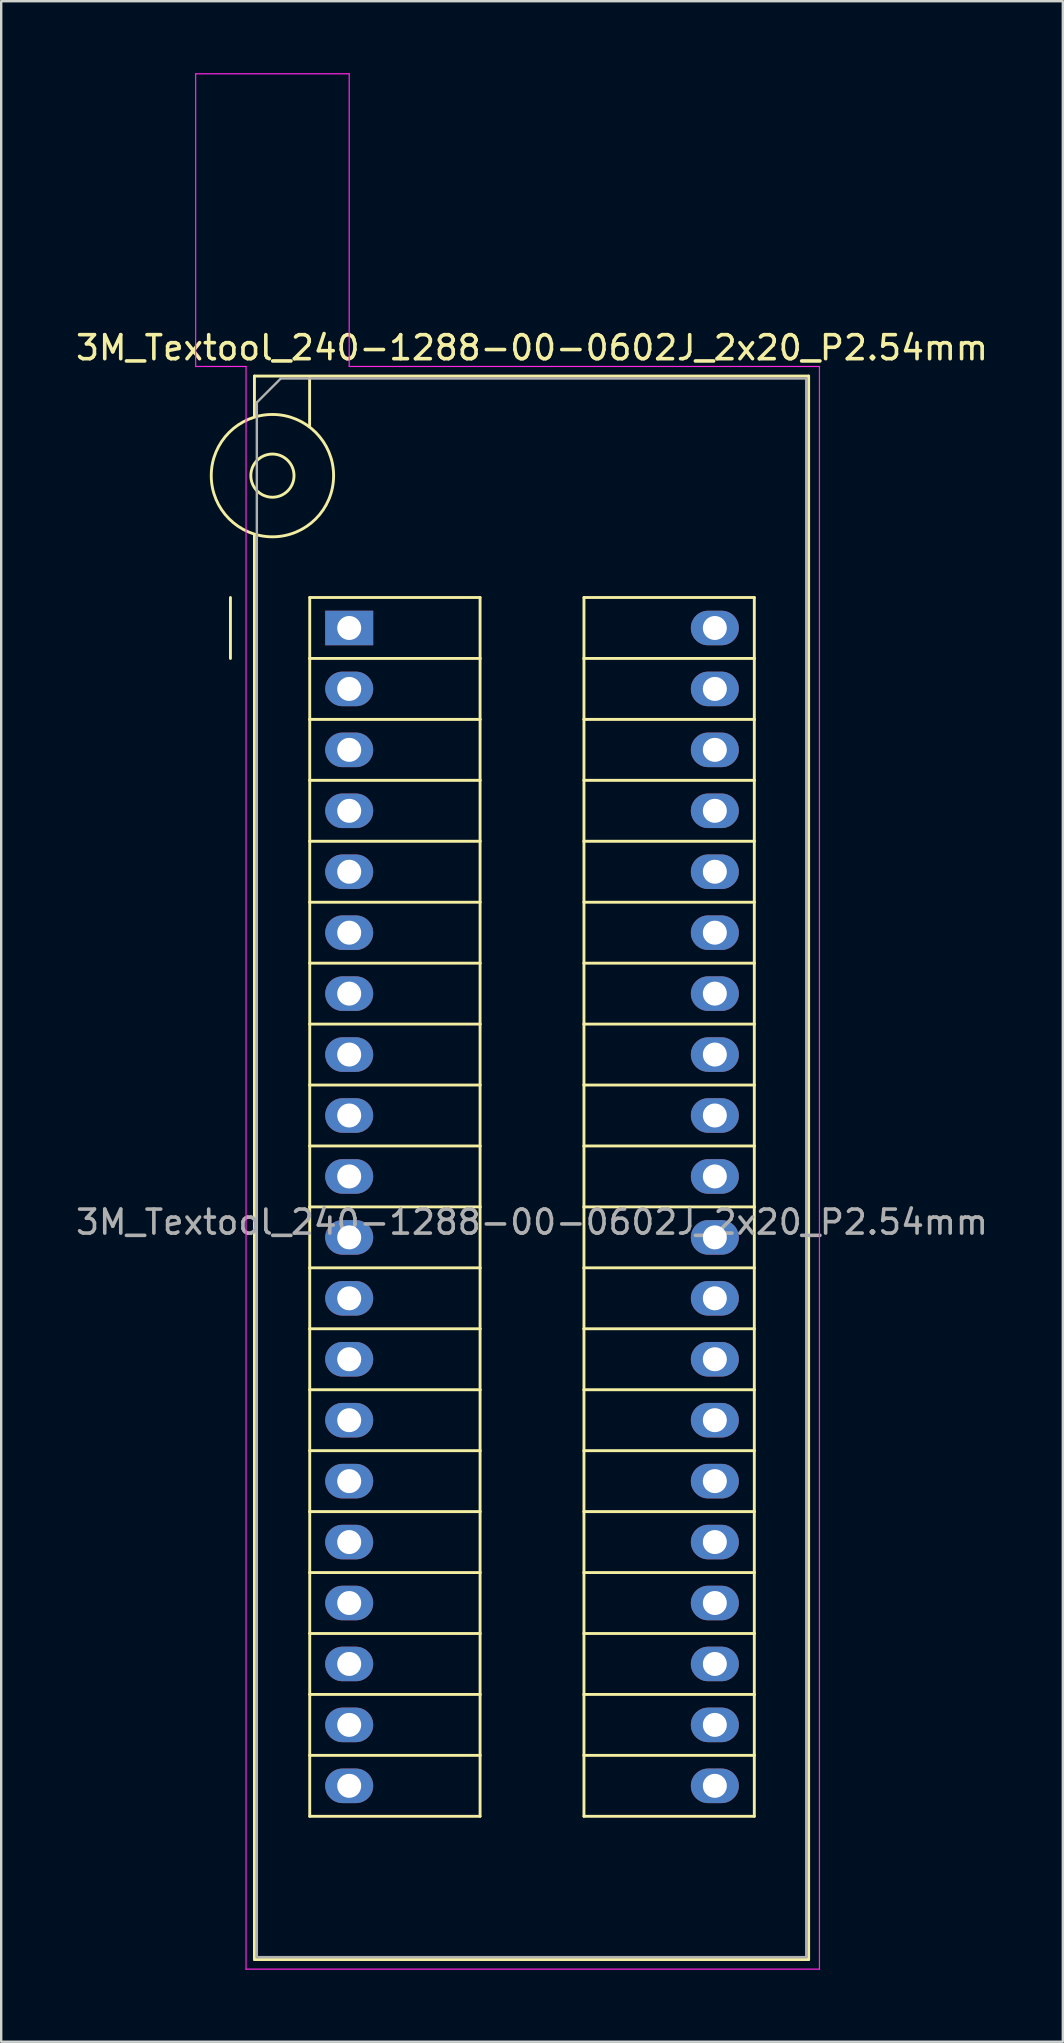
<source format=kicad_pcb>
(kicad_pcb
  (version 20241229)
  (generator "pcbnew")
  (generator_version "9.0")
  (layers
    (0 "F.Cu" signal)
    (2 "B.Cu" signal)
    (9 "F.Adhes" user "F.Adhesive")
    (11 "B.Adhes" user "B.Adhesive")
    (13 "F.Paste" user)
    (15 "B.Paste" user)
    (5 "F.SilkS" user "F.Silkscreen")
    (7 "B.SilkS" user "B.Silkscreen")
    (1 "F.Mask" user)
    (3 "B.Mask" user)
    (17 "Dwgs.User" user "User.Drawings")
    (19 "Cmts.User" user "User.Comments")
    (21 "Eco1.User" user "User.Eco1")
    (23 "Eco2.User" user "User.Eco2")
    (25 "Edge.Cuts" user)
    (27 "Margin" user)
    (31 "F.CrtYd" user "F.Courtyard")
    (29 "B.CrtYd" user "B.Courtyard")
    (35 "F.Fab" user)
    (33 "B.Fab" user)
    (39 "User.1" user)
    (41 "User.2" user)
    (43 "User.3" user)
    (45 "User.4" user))
  (footprint "3M_Textool_240-1288-00-0602J_2x20_P2.54mm"
    (layer "F.Cu")
    (at 11.505 23.125)
    (property "Reference" "3M_Textool_240-1288-00-0602J_2x20_P2.54mm" (at 7.62 -11.68 0) (layer "F.SilkS") (effects (font (size 1 1) (thickness 0.15))))
    (attr through_hole)
    (fp_line (start -4.95 1.27) (end -4.95 -1.27) (stroke (width 0.12) (type solid)) (layer "F.SilkS"))
    (fp_line (start -3.95 -10.5) (end -3.95 -8.8) (stroke (width 0.12) (type solid)) (layer "F.SilkS"))
    (fp_line (start -3.95 -3.9) (end -3.95 55.5) (stroke (width 0.12) (type solid)) (layer "F.SilkS"))
    (fp_line (start -3.95 55.5) (end 19.15 55.5) (stroke (width 0.12) (type solid)) (layer "F.SilkS"))
    (fp_line (start -1.65 -10.4) (end -1.65 -8.4) (stroke (width 0.12) (type solid)) (layer "F.SilkS"))
    (fp_line (start -1.645 -1.27) (end 5.455 -1.27) (stroke (width 0.12) (type solid)) (layer "F.SilkS"))
    (fp_line (start -1.645 1.27) (end -1.645 -1.27) (stroke (width 0.12) (type solid)) (layer "F.SilkS"))
    (fp_line (start -1.645 1.27) (end 5.455 1.27) (stroke (width 0.12) (type solid)) (layer "F.SilkS"))
    (fp_line (start -1.645 3.81) (end -1.645 1.27) (stroke (width 0.12) (type solid)) (layer "F.SilkS"))
    (fp_line (start -1.645 3.81) (end 5.455 3.81) (stroke (width 0.12) (type solid)) (layer "F.SilkS"))
    (fp_line (start -1.645 6.35) (end -1.645 3.81) (stroke (width 0.12) (type solid)) (layer "F.SilkS"))
    (fp_line (start -1.645 6.35) (end 5.455 6.35) (stroke (width 0.12) (type solid)) (layer "F.SilkS"))
    (fp_line (start -1.645 8.89) (end -1.645 6.35) (stroke (width 0.12) (type solid)) (layer "F.SilkS"))
    (fp_line (start -1.645 8.89) (end 5.455 8.89) (stroke (width 0.12) (type solid)) (layer "F.SilkS"))
    (fp_line (start -1.645 11.43) (end -1.645 8.89) (stroke (width 0.12) (type solid)) (layer "F.SilkS"))
    (fp_line (start -1.645 11.43) (end 5.455 11.43) (stroke (width 0.12) (type solid)) (layer "F.SilkS"))
    (fp_line (start -1.645 13.97) (end -1.645 11.43) (stroke (width 0.12) (type solid)) (layer "F.SilkS"))
    (fp_line (start -1.645 13.97) (end 5.455 13.97) (stroke (width 0.12) (type solid)) (layer "F.SilkS"))
    (fp_line (start -1.645 16.51) (end -1.645 13.97) (stroke (width 0.12) (type solid)) (layer "F.SilkS"))
    (fp_line (start -1.645 16.51) (end 5.455 16.51) (stroke (width 0.12) (type solid)) (layer "F.SilkS"))
    (fp_line (start -1.645 19.05) (end -1.645 16.51) (stroke (width 0.12) (type solid)) (layer "F.SilkS"))
    (fp_line (start -1.645 19.05) (end 5.455 19.05) (stroke (width 0.12) (type solid)) (layer "F.SilkS"))
    (fp_line (start -1.645 21.59) (end -1.645 19.05) (stroke (width 0.12) (type solid)) (layer "F.SilkS"))
    (fp_line (start -1.645 21.59) (end 5.455 21.59) (stroke (width 0.12) (type solid)) (layer "F.SilkS"))
    (fp_line (start -1.645 24.13) (end -1.645 21.59) (stroke (width 0.12) (type solid)) (layer "F.SilkS"))
    (fp_line (start -1.645 24.13) (end 5.455 24.13) (stroke (width 0.12) (type solid)) (layer "F.SilkS"))
    (fp_line (start -1.645 26.67) (end -1.645 24.13) (stroke (width 0.12) (type solid)) (layer "F.SilkS"))
    (fp_line (start -1.645 26.67) (end 5.455 26.67) (stroke (width 0.12) (type solid)) (layer "F.SilkS"))
    (fp_line (start -1.645 29.21) (end -1.645 26.67) (stroke (width 0.12) (type solid)) (layer "F.SilkS"))
    (fp_line (start -1.645 29.21) (end 5.455 29.21) (stroke (width 0.12) (type solid)) (layer "F.SilkS"))
    (fp_line (start -1.645 31.75) (end -1.645 29.21) (stroke (width 0.12) (type solid)) (layer "F.SilkS"))
    (fp_line (start -1.645 31.75) (end 5.455 31.75) (stroke (width 0.12) (type solid)) (layer "F.SilkS"))
    (fp_line (start -1.645 34.29) (end -1.645 31.75) (stroke (width 0.12) (type solid)) (layer "F.SilkS"))
    (fp_line (start -1.645 34.29) (end 5.455 34.29) (stroke (width 0.12) (type solid)) (layer "F.SilkS"))
    (fp_line (start -1.645 36.83) (end -1.645 34.29) (stroke (width 0.12) (type solid)) (layer "F.SilkS"))
    (fp_line (start -1.645 36.83) (end 5.455 36.83) (stroke (width 0.12) (type solid)) (layer "F.SilkS"))
    (fp_line (start -1.645 39.37) (end -1.645 36.83) (stroke (width 0.12) (type solid)) (layer "F.SilkS"))
    (fp_line (start -1.645 39.37) (end 5.455 39.37) (stroke (width 0.12) (type solid)) (layer "F.SilkS"))
    (fp_line (start -1.645 41.91) (end -1.645 39.37) (stroke (width 0.12) (type solid)) (layer "F.SilkS"))
    (fp_line (start -1.645 41.91) (end 5.455 41.91) (stroke (width 0.12) (type solid)) (layer "F.SilkS"))
    (fp_line (start -1.645 44.45) (end -1.645 41.91) (stroke (width 0.12) (type solid)) (layer "F.SilkS"))
    (fp_line (start -1.645 44.45) (end 5.455 44.45) (stroke (width 0.12) (type solid)) (layer "F.SilkS"))
    (fp_line (start -1.645 46.99) (end -1.645 44.45) (stroke (width 0.12) (type solid)) (layer "F.SilkS"))
    (fp_line (start -1.645 46.99) (end 5.455 46.99) (stroke (width 0.12) (type solid)) (layer "F.SilkS"))
    (fp_line (start -1.645 49.53) (end -1.645 46.99) (stroke (width 0.12) (type solid)) (layer "F.SilkS"))
    (fp_line (start -1.645 49.53) (end 5.455 49.53) (stroke (width 0.12) (type solid)) (layer "F.SilkS"))
    (fp_line (start 5.455 -1.27) (end 5.455 1.27) (stroke (width 0.12) (type solid)) (layer "F.SilkS"))
    (fp_line (start 5.455 1.27) (end 5.455 3.81) (stroke (width 0.12) (type solid)) (layer "F.SilkS"))
    (fp_line (start 5.455 3.81) (end 5.455 6.35) (stroke (width 0.12) (type solid)) (layer "F.SilkS"))
    (fp_line (start 5.455 6.35) (end 5.455 8.89) (stroke (width 0.12) (type solid)) (layer "F.SilkS"))
    (fp_line (start 5.455 8.89) (end 5.455 11.43) (stroke (width 0.12) (type solid)) (layer "F.SilkS"))
    (fp_line (start 5.455 11.43) (end 5.455 13.97) (stroke (width 0.12) (type solid)) (layer "F.SilkS"))
    (fp_line (start 5.455 13.97) (end 5.455 16.51) (stroke (width 0.12) (type solid)) (layer "F.SilkS"))
    (fp_line (start 5.455 16.51) (end 5.455 19.05) (stroke (width 0.12) (type solid)) (layer "F.SilkS"))
    (fp_line (start 5.455 19.05) (end 5.455 21.59) (stroke (width 0.12) (type solid)) (layer "F.SilkS"))
    (fp_line (start 5.455 21.59) (end 5.455 24.13) (stroke (width 0.12) (type solid)) (layer "F.SilkS"))
    (fp_line (start 5.455 24.13) (end 5.455 26.67) (stroke (width 0.12) (type solid)) (layer "F.SilkS"))
    (fp_line (start 5.455 26.67) (end 5.455 29.21) (stroke (width 0.12) (type solid)) (layer "F.SilkS"))
    (fp_line (start 5.455 29.21) (end 5.455 31.75) (stroke (width 0.12) (type solid)) (layer "F.SilkS"))
    (fp_line (start 5.455 31.75) (end 5.455 34.29) (stroke (width 0.12) (type solid)) (layer "F.SilkS"))
    (fp_line (start 5.455 34.29) (end 5.455 36.83) (stroke (width 0.12) (type solid)) (layer "F.SilkS"))
    (fp_line (start 5.455 36.83) (end 5.455 39.37) (stroke (width 0.12) (type solid)) (layer "F.SilkS"))
    (fp_line (start 5.455 39.37) (end 5.455 41.91) (stroke (width 0.12) (type solid)) (layer "F.SilkS"))
    (fp_line (start 5.455 41.91) (end 5.455 44.45) (stroke (width 0.12) (type solid)) (layer "F.SilkS"))
    (fp_line (start 5.455 44.45) (end 5.455 46.99) (stroke (width 0.12) (type solid)) (layer "F.SilkS"))
    (fp_line (start 5.455 46.99) (end 5.455 49.53) (stroke (width 0.12) (type solid)) (layer "F.SilkS"))
    (fp_line (start 9.785 -1.27) (end 16.885 -1.27) (stroke (width 0.12) (type solid)) (layer "F.SilkS"))
    (fp_line (start 9.785 1.27) (end 9.785 -1.27) (stroke (width 0.12) (type solid)) (layer "F.SilkS"))
    (fp_line (start 9.785 1.27) (end 16.885 1.27) (stroke (width 0.12) (type solid)) (layer "F.SilkS"))
    (fp_line (start 9.785 3.81) (end 9.785 1.27) (stroke (width 0.12) (type solid)) (layer "F.SilkS"))
    (fp_line (start 9.785 3.81) (end 16.885 3.81) (stroke (width 0.12) (type solid)) (layer "F.SilkS"))
    (fp_line (start 9.785 6.35) (end 9.785 3.81) (stroke (width 0.12) (type solid)) (layer "F.SilkS"))
    (fp_line (start 9.785 6.35) (end 16.885 6.35) (stroke (width 0.12) (type solid)) (layer "F.SilkS"))
    (fp_line (start 9.785 8.89) (end 9.785 6.35) (stroke (width 0.12) (type solid)) (layer "F.SilkS"))
    (fp_line (start 9.785 8.89) (end 16.885 8.89) (stroke (width 0.12) (type solid)) (layer "F.SilkS"))
    (fp_line (start 9.785 11.43) (end 9.785 8.89) (stroke (width 0.12) (type solid)) (layer "F.SilkS"))
    (fp_line (start 9.785 11.43) (end 16.885 11.43) (stroke (width 0.12) (type solid)) (layer "F.SilkS"))
    (fp_line (start 9.785 13.97) (end 9.785 11.43) (stroke (width 0.12) (type solid)) (layer "F.SilkS"))
    (fp_line (start 9.785 13.97) (end 16.885 13.97) (stroke (width 0.12) (type solid)) (layer "F.SilkS"))
    (fp_line (start 9.785 16.51) (end 9.785 13.97) (stroke (width 0.12) (type solid)) (layer "F.SilkS"))
    (fp_line (start 9.785 16.51) (end 16.885 16.51) (stroke (width 0.12) (type solid)) (layer "F.SilkS"))
    (fp_line (start 9.785 19.05) (end 9.785 16.51) (stroke (width 0.12) (type solid)) (layer "F.SilkS"))
    (fp_line (start 9.785 19.05) (end 16.885 19.05) (stroke (width 0.12) (type solid)) (layer "F.SilkS"))
    (fp_line (start 9.785 21.59) (end 9.785 19.05) (stroke (width 0.12) (type solid)) (layer "F.SilkS"))
    (fp_line (start 9.785 21.59) (end 16.885 21.59) (stroke (width 0.12) (type solid)) (layer "F.SilkS"))
    (fp_line (start 9.785 24.13) (end 9.785 21.59) (stroke (width 0.12) (type solid)) (layer "F.SilkS"))
    (fp_line (start 9.785 24.13) (end 16.885 24.13) (stroke (width 0.12) (type solid)) (layer "F.SilkS"))
    (fp_line (start 9.785 26.67) (end 9.785 24.13) (stroke (width 0.12) (type solid)) (layer "F.SilkS"))
    (fp_line (start 9.785 26.67) (end 16.885 26.67) (stroke (width 0.12) (type solid)) (layer "F.SilkS"))
    (fp_line (start 9.785 29.21) (end 9.785 26.67) (stroke (width 0.12) (type solid)) (layer "F.SilkS"))
    (fp_line (start 9.785 29.21) (end 16.885 29.21) (stroke (width 0.12) (type solid)) (layer "F.SilkS"))
    (fp_line (start 9.785 31.75) (end 9.785 29.21) (stroke (width 0.12) (type solid)) (layer "F.SilkS"))
    (fp_line (start 9.785 31.75) (end 16.885 31.75) (stroke (width 0.12) (type solid)) (layer "F.SilkS"))
    (fp_line (start 9.785 34.29) (end 9.785 31.75) (stroke (width 0.12) (type solid)) (layer "F.SilkS"))
    (fp_line (start 9.785 34.29) (end 16.885 34.29) (stroke (width 0.12) (type solid)) (layer "F.SilkS"))
    (fp_line (start 9.785 36.83) (end 9.785 34.29) (stroke (width 0.12) (type solid)) (layer "F.SilkS"))
    (fp_line (start 9.785 36.83) (end 16.885 36.83) (stroke (width 0.12) (type solid)) (layer "F.SilkS"))
    (fp_line (start 9.785 39.37) (end 9.785 36.83) (stroke (width 0.12) (type solid)) (layer "F.SilkS"))
    (fp_line (start 9.785 39.37) (end 16.885 39.37) (stroke (width 0.12) (type solid)) (layer "F.SilkS"))
    (fp_line (start 9.785 41.91) (end 9.785 39.37) (stroke (width 0.12) (type solid)) (layer "F.SilkS"))
    (fp_line (start 9.785 41.91) (end 16.885 41.91) (stroke (width 0.12) (type solid)) (layer "F.SilkS"))
    (fp_line (start 9.785 44.45) (end 9.785 41.91) (stroke (width 0.12) (type solid)) (layer "F.SilkS"))
    (fp_line (start 9.785 44.45) (end 16.885 44.45) (stroke (width 0.12) (type solid)) (layer "F.SilkS"))
    (fp_line (start 9.785 46.99) (end 9.785 44.45) (stroke (width 0.12) (type solid)) (layer "F.SilkS"))
    (fp_line (start 9.785 46.99) (end 16.885 46.99) (stroke (width 0.12) (type solid)) (layer "F.SilkS"))
    (fp_line (start 9.785 49.53) (end 9.785 46.99) (stroke (width 0.12) (type solid)) (layer "F.SilkS"))
    (fp_line (start 9.785 49.53) (end 16.885 49.53) (stroke (width 0.12) (type solid)) (layer "F.SilkS"))
    (fp_line (start 16.885 -1.27) (end 16.885 1.27) (stroke (width 0.12) (type solid)) (layer "F.SilkS"))
    (fp_line (start 16.885 1.27) (end 16.885 3.81) (stroke (width 0.12) (type solid)) (layer "F.SilkS"))
    (fp_line (start 16.885 3.81) (end 16.885 6.35) (stroke (width 0.12) (type solid)) (layer "F.SilkS"))
    (fp_line (start 16.885 6.35) (end 16.885 8.89) (stroke (width 0.12) (type solid)) (layer "F.SilkS"))
    (fp_line (start 16.885 8.89) (end 16.885 11.43) (stroke (width 0.12) (type solid)) (layer "F.SilkS"))
    (fp_line (start 16.885 11.43) (end 16.885 13.97) (stroke (width 0.12) (type solid)) (layer "F.SilkS"))
    (fp_line (start 16.885 13.97) (end 16.885 16.51) (stroke (width 0.12) (type solid)) (layer "F.SilkS"))
    (fp_line (start 16.885 16.51) (end 16.885 19.05) (stroke (width 0.12) (type solid)) (layer "F.SilkS"))
    (fp_line (start 16.885 19.05) (end 16.885 21.59) (stroke (width 0.12) (type solid)) (layer "F.SilkS"))
    (fp_line (start 16.885 21.59) (end 16.885 24.13) (stroke (width 0.12) (type solid)) (layer "F.SilkS"))
    (fp_line (start 16.885 24.13) (end 16.885 26.67) (stroke (width 0.12) (type solid)) (layer "F.SilkS"))
    (fp_line (start 16.885 26.67) (end 16.885 29.21) (stroke (width 0.12) (type solid)) (layer "F.SilkS"))
    (fp_line (start 16.885 29.21) (end 16.885 31.75) (stroke (width 0.12) (type solid)) (layer "F.SilkS"))
    (fp_line (start 16.885 31.75) (end 16.885 34.29) (stroke (width 0.12) (type solid)) (layer "F.SilkS"))
    (fp_line (start 16.885 34.29) (end 16.885 36.83) (stroke (width 0.12) (type solid)) (layer "F.SilkS"))
    (fp_line (start 16.885 36.83) (end 16.885 39.37) (stroke (width 0.12) (type solid)) (layer "F.SilkS"))
    (fp_line (start 16.885 39.37) (end 16.885 41.91) (stroke (width 0.12) (type solid)) (layer "F.SilkS"))
    (fp_line (start 16.885 41.91) (end 16.885 44.45) (stroke (width 0.12) (type solid)) (layer "F.SilkS"))
    (fp_line (start 16.885 44.45) (end 16.885 46.99) (stroke (width 0.12) (type solid)) (layer "F.SilkS"))
    (fp_line (start 16.885 46.99) (end 16.885 49.53) (stroke (width 0.12) (type solid)) (layer "F.SilkS"))
    (fp_line (start 19.15 -10.5) (end -3.95 -10.5) (stroke (width 0.12) (type solid)) (layer "F.SilkS"))
    (fp_line (start 19.15 55.5) (end 19.15 -10.5) (stroke (width 0.12) (type solid)) (layer "F.SilkS"))
    (fp_circle (center -3.2 -6.35) (end -2.3 -6.35) (stroke (width 0.12) (type solid)) (fill no) (layer "F.SilkS"))
    (fp_circle (center -3.2 -6.35) (end -0.65 -6.35) (stroke (width 0.12) (type solid)) (fill no) (layer "F.SilkS"))
    (fp_line (start -6.4 -23.1) (end -6.4 -10.9) (stroke (width 0.05) (type solid)) (layer "F.CrtYd"))
    (fp_line (start -4.3 -10.9) (end -6.4 -10.9) (stroke (width 0.05) (type solid)) (layer "F.CrtYd"))
    (fp_line (start -4.3 55.9) (end -4.3 -10.9) (stroke (width 0.05) (type solid)) (layer "F.CrtYd"))
    (fp_line (start 0 -23.1) (end -6.4 -23.1) (stroke (width 0.05) (type solid)) (layer "F.CrtYd"))
    (fp_line (start 0 -23.1) (end 0 -10.9) (stroke (width 0.05) (type solid)) (layer "F.CrtYd"))
    (fp_line (start 19.6 -10.9) (end 0 -10.9) (stroke (width 0.05) (type solid)) (layer "F.CrtYd"))
    (fp_line (start 19.6 55.9) (end -4.3 55.9) (stroke (width 0.05) (type solid)) (layer "F.CrtYd"))
    (fp_line (start 19.6 55.9) (end 19.6 -10.9) (stroke (width 0.05) (type solid)) (layer "F.CrtYd"))
    (fp_line (start -3.85 -9.4) (end -2.85 -10.4) (stroke (width 0.1) (type solid)) (layer "F.Fab"))
    (fp_line (start -3.85 55.4) (end -3.85 -9.4) (stroke (width 0.1) (type solid)) (layer "F.Fab"))
    (fp_line (start -3.85 55.4) (end 19.05 55.4) (stroke (width 0.1) (type solid)) (layer "F.Fab"))
    (fp_line (start -2.85 -10.4) (end 19.05 -10.4) (stroke (width 0.1) (type solid)) (layer "F.Fab"))
    (fp_line (start 19.05 55.4) (end 19.05 -10.4) (stroke (width 0.1) (type solid)) (layer "F.Fab"))
    (fp_text user "${REFERENCE}" (at 7.62 24.765 0) (layer "F.Fab") (effects (font (size 1 1) (thickness 0.15))))
    (pad "1" thru_hole rect (at 0 0) (size 2 1.44) (drill 1) (layers "*.Cu" "*.Mask"))
    (pad "2" thru_hole oval (at 0 2.54) (size 2 1.44) (drill 1) (layers "*.Cu" "*.Mask"))
    (pad "3" thru_hole oval (at 0 5.08) (size 2 1.44) (drill 1) (layers "*.Cu" "*.Mask"))
    (pad "4" thru_hole oval (at 0 7.62) (size 2 1.44) (drill 1) (layers "*.Cu" "*.Mask"))
    (pad "5" thru_hole oval (at 0 10.16) (size 2 1.44) (drill 1) (layers "*.Cu" "*.Mask"))
    (pad "6" thru_hole oval (at 0 12.7) (size 2 1.44) (drill 1) (layers "*.Cu" "*.Mask"))
    (pad "7" thru_hole oval (at 0 15.24) (size 2 1.44) (drill 1) (layers "*.Cu" "*.Mask"))
    (pad "8" thru_hole oval (at 0 17.78) (size 2 1.44) (drill 1) (layers "*.Cu" "*.Mask"))
    (pad "9" thru_hole oval (at 0 20.32) (size 2 1.44) (drill 1) (layers "*.Cu" "*.Mask"))
    (pad "10" thru_hole oval (at 0 22.86) (size 2 1.44) (drill 1) (layers "*.Cu" "*.Mask"))
    (pad "11" thru_hole oval (at 0 25.4) (size 2 1.44) (drill 1) (layers "*.Cu" "*.Mask"))
    (pad "12" thru_hole oval (at 0 27.94) (size 2 1.44) (drill 1) (layers "*.Cu" "*.Mask"))
    (pad "13" thru_hole oval (at 0 30.48) (size 2 1.44) (drill 1) (layers "*.Cu" "*.Mask"))
    (pad "14" thru_hole oval (at 0 33.02) (size 2 1.44) (drill 1) (layers "*.Cu" "*.Mask"))
    (pad "15" thru_hole oval (at 0 35.56) (size 2 1.44) (drill 1) (layers "*.Cu" "*.Mask"))
    (pad "16" thru_hole oval (at 0 38.1) (size 2 1.44) (drill 1) (layers "*.Cu" "*.Mask"))
    (pad "17" thru_hole oval (at 0 40.64) (size 2 1.44) (drill 1) (layers "*.Cu" "*.Mask"))
    (pad "18" thru_hole oval (at 0 43.18) (size 2 1.44) (drill 1) (layers "*.Cu" "*.Mask"))
    (pad "19" thru_hole oval (at 0 45.72) (size 2 1.44) (drill 1) (layers "*.Cu" "*.Mask"))
    (pad "20" thru_hole oval (at 0 48.26) (size 2 1.44) (drill 1) (layers "*.Cu" "*.Mask"))
    (pad "21" thru_hole oval (at 15.24 48.26) (size 2 1.44) (drill 1) (layers "*.Cu" "*.Mask"))
    (pad "22" thru_hole oval (at 15.24 45.72) (size 2 1.44) (drill 1) (layers "*.Cu" "*.Mask"))
    (pad "23" thru_hole oval (at 15.24 43.18) (size 2 1.44) (drill 1) (layers "*.Cu" "*.Mask"))
    (pad "24" thru_hole oval (at 15.24 40.64) (size 2 1.44) (drill 1) (layers "*.Cu" "*.Mask"))
    (pad "25" thru_hole oval (at 15.24 38.1) (size 2 1.44) (drill 1) (layers "*.Cu" "*.Mask"))
    (pad "26" thru_hole oval (at 15.24 35.56) (size 2 1.44) (drill 1) (layers "*.Cu" "*.Mask"))
    (pad "27" thru_hole oval (at 15.24 33.02) (size 2 1.44) (drill 1) (layers "*.Cu" "*.Mask"))
    (pad "28" thru_hole oval (at 15.24 30.48) (size 2 1.44) (drill 1) (layers "*.Cu" "*.Mask"))
    (pad "29" thru_hole oval (at 15.24 27.94) (size 2 1.44) (drill 1) (layers "*.Cu" "*.Mask"))
    (pad "30" thru_hole oval (at 15.24 25.4) (size 2 1.44) (drill 1) (layers "*.Cu" "*.Mask"))
    (pad "31" thru_hole oval (at 15.24 22.86) (size 2 1.44) (drill 1) (layers "*.Cu" "*.Mask"))
    (pad "32" thru_hole oval (at 15.24 20.32) (size 2 1.44) (drill 1) (layers "*.Cu" "*.Mask"))
    (pad "33" thru_hole oval (at 15.24 17.78) (size 2 1.44) (drill 1) (layers "*.Cu" "*.Mask"))
    (pad "34" thru_hole oval (at 15.24 15.24) (size 2 1.44) (drill 1) (layers "*.Cu" "*.Mask"))
    (pad "35" thru_hole oval (at 15.24 12.7) (size 2 1.44) (drill 1) (layers "*.Cu" "*.Mask"))
    (pad "36" thru_hole oval (at 15.24 10.16) (size 2 1.44) (drill 1) (layers "*.Cu" "*.Mask"))
    (pad "37" thru_hole oval (at 15.24 7.62) (size 2 1.44) (drill 1) (layers "*.Cu" "*.Mask"))
    (pad "38" thru_hole oval (at 15.24 5.08) (size 2 1.44) (drill 1) (layers "*.Cu" "*.Mask"))
    (pad "39" thru_hole oval (at 15.24 2.54) (size 2 1.44) (drill 1) (layers "*.Cu" "*.Mask"))
    (pad "40" thru_hole oval (at 15.24 0) (size 2 1.44) (drill 1) (layers "*.Cu" "*.Mask")))
  (gr_rect
    (start -3 -3)
    (end 41.25 82.05)
    (stroke (width 0.1) (type default))
    (fill no)
    (layer "Edge.Cuts")))
</source>
